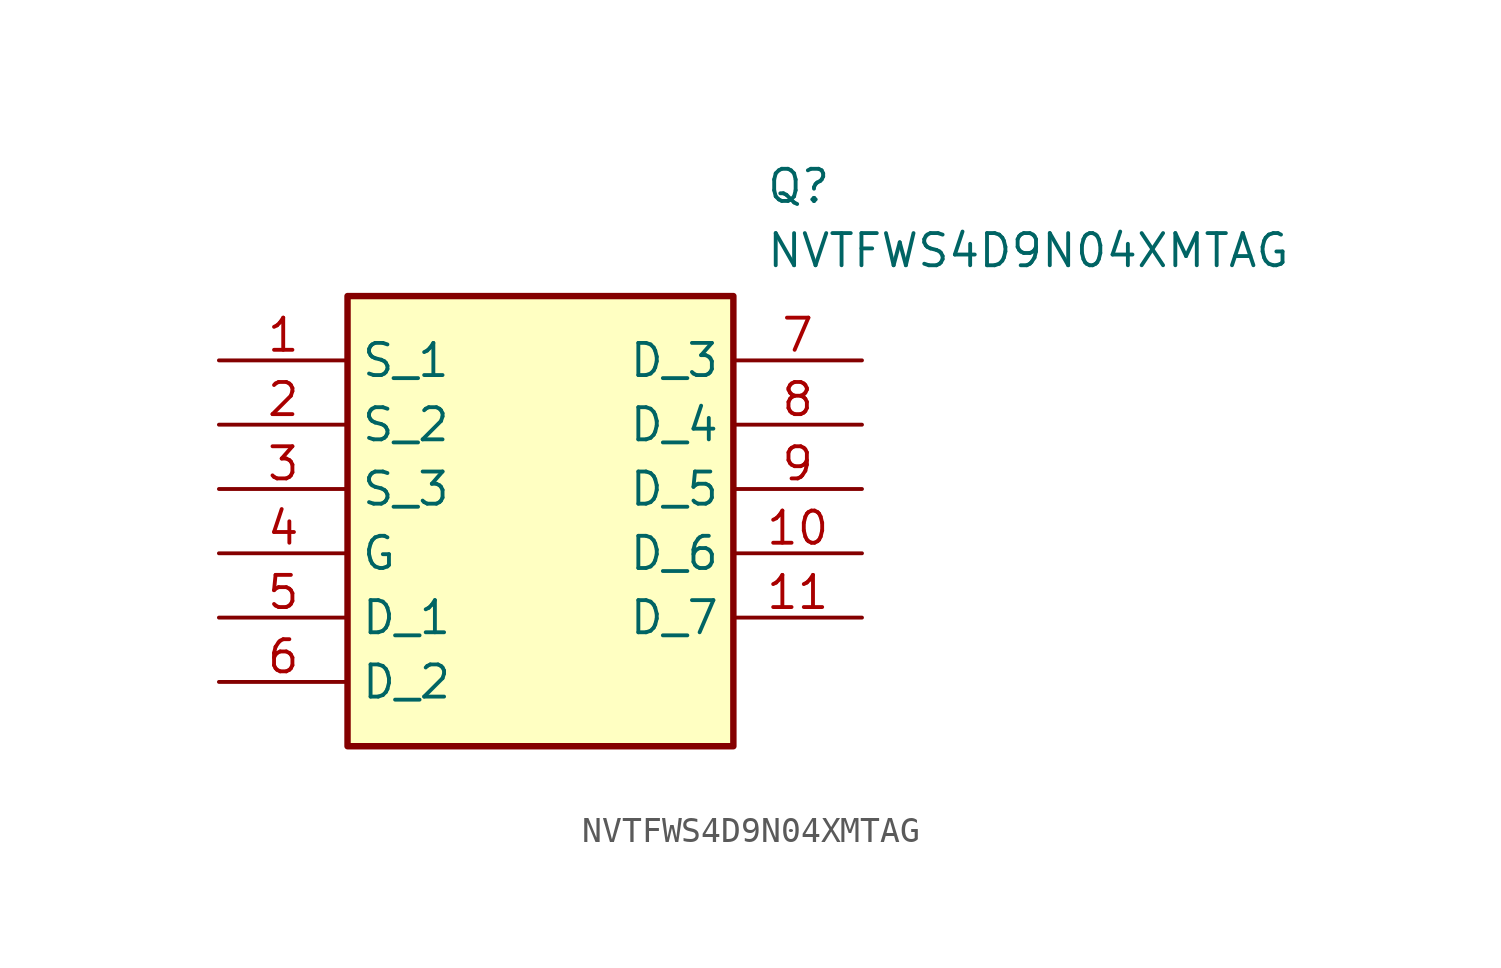
<source format=kicad_sym>
(kicad_symbol_lib
  (version 20211014)
  (generator SamacSys_ECAD_Model)
  (symbol "NVTFWS4D9N04XMTAG"
    (property "Reference" "Q"
      (at 21.59 7.62 0)
      (effects (font (size 1.27 1.27)) (justify left top)))
    (property "Value" "NVTFWS4D9N04XMTAG"
      (at 21.59 5.08 0)
      (effects (font (size 1.27 1.27)) (justify left top)))
    (rectangle
      (start 5.08 2.54)
      (end 20.32 -15.24)
      (stroke (width 0.254) (type default))
      (fill (type background)))
    (pin passive line
      (at 0 0 0)
      (length 5.08)
      (name "S_1" (effects (font (size 1.27 1.27))))
      (number "1" (effects (font (size 1.27 1.27)))))
    (pin passive line
      (at 0 -2.54 0)
      (length 5.08)
      (name "S_2" (effects (font (size 1.27 1.27))))
      (number "2" (effects (font (size 1.27 1.27)))))
    (pin passive line
      (at 0 -5.08 0)
      (length 5.08)
      (name "S_3" (effects (font (size 1.27 1.27))))
      (number "3" (effects (font (size 1.27 1.27)))))
    (pin passive line
      (at 0 -7.62 0)
      (length 5.08)
      (name "G" (effects (font (size 1.27 1.27))))
      (number "4" (effects (font (size 1.27 1.27)))))
    (pin passive line
      (at 0 -10.16 0)
      (length 5.08)
      (name "D_1" (effects (font (size 1.27 1.27))))
      (number "5" (effects (font (size 1.27 1.27)))))
    (pin passive line
      (at 0 -12.7 0)
      (length 5.08)
      (name "D_2" (effects (font (size 1.27 1.27))))
      (number "6" (effects (font (size 1.27 1.27)))))
    (pin passive line
      (at 25.4 0 180)
      (length 5.08)
      (name "D_3" (effects (font (size 1.27 1.27))))
      (number "7" (effects (font (size 1.27 1.27)))))
    (pin passive line
      (at 25.4 -2.54 180)
      (length 5.08)
      (name "D_4" (effects (font (size 1.27 1.27))))
      (number "8" (effects (font (size 1.27 1.27)))))
    (pin passive line
      (at 25.4 -5.08 180)
      (length 5.08)
      (name "D_5" (effects (font (size 1.27 1.27))))
      (number "9" (effects (font (size 1.27 1.27)))))
    (pin passive line
      (at 25.4 -7.62 180)
      (length 5.08)
      (name "D_6" (effects (font (size 1.27 1.27))))
      (number "10" (effects (font (size 1.27 1.27)))))
    (pin passive line
      (at 25.4 -10.16 180)
      (length 5.08)
      (name "D_7" (effects (font (size 1.27 1.27))))
      (number "11" (effects (font (size 1.27 1.27)))))))
</source>
